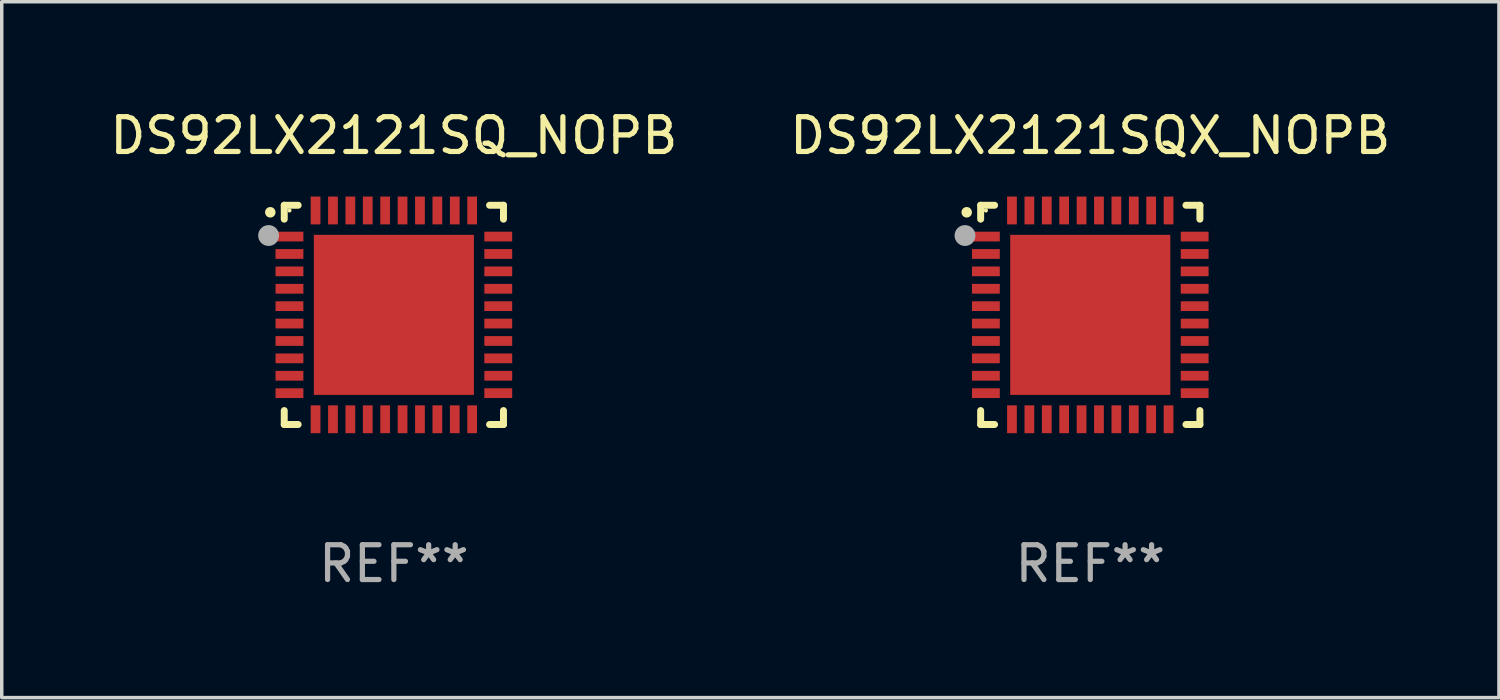
<source format=kicad_pcb>
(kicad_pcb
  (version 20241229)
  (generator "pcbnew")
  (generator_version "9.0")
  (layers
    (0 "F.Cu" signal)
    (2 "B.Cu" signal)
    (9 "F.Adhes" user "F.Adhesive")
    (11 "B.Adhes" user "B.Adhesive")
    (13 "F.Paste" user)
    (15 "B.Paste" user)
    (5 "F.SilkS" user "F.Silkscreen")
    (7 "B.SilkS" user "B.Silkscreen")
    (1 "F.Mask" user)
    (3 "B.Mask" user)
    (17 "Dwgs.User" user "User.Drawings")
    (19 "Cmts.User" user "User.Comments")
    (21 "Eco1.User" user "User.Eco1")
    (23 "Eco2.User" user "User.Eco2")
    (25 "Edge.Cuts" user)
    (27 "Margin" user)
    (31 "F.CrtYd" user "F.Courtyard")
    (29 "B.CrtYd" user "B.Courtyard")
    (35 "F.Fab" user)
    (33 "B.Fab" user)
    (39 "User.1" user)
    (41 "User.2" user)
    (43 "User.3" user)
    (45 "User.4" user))
  (footprint "DS92LX2121SQX_NOPB"
    (layer "F.Cu")
    (at 28.28 5.998)
    (property "Reference" "DS92LX2121SQX_NOPB" (at 0 -5.15 0) (layer "F.SilkS") (effects (font (size 1 1) (thickness 0.15))))
    (attr through_hole)
    (fp_line (start -3.15 -3.15) (end -2.75 -3.15) (stroke (width 0.2) (type solid)) (layer "F.SilkS"))
    (fp_line (start -3.15 -2.75) (end -3.15 -3.15) (stroke (width 0.2) (type solid)) (layer "F.SilkS"))
    (fp_line (start -3.15 3.15) (end -3.15 2.75) (stroke (width 0.2) (type solid)) (layer "F.SilkS"))
    (fp_line (start -2.75 3.15) (end -3.15 3.15) (stroke (width 0.2) (type solid)) (layer "F.SilkS"))
    (fp_line (start 2.75 -3.15) (end 3.15 -3.15) (stroke (width 0.2) (type solid)) (layer "F.SilkS"))
    (fp_line (start 2.75 3.15) (end 3.15 3.15) (stroke (width 0.2) (type solid)) (layer "F.SilkS"))
    (fp_line (start 3.15 -3.15) (end 3.15 -2.75) (stroke (width 0.2) (type solid)) (layer "F.SilkS"))
    (fp_line (start 3.15 3.15) (end 3.15 2.75) (stroke (width 0.2) (type solid)) (layer "F.SilkS"))
    (fp_arc (start -3.550927 -2.946406) (mid -3.550932 -2.947676) (end -3.550927 -2.948946) (stroke (width 0.3) (type solid)) (layer "F.SilkS"))
    (fp_circle (center -3 -3) (end -2.97 -3) (stroke (width 0.06) (type solid)) (fill no) (layer "F.SilkS"))
    (fp_circle (center -3.6 -2.28) (end -3.45 -2.28) (stroke (width 0.3) (type solid)) (fill no) (layer "F.Fab"))
    (fp_text user "REF**" (at 0 7.15 0) (layer "F.Fab") (effects (font (size 1 1) (thickness 0.15))))
    (pad "1" smd rect (at -3 -2.25 90) (size 0.28 0.8) (layers "F.Cu" "F.Mask" "F.Paste"))
    (pad "2" smd rect (at -3 -1.75 90) (size 0.28 0.8) (layers "F.Cu" "F.Mask" "F.Paste"))
    (pad "3" smd rect (at -3 -1.25 90) (size 0.28 0.8) (layers "F.Cu" "F.Mask" "F.Paste"))
    (pad "4" smd rect (at -3 -0.75 90) (size 0.28 0.8) (layers "F.Cu" "F.Mask" "F.Paste"))
    (pad "5" smd rect (at -3 -0.25 90) (size 0.28 0.8) (layers "F.Cu" "F.Mask" "F.Paste"))
    (pad "6" smd rect (at -3 0.25 90) (size 0.28 0.8) (layers "F.Cu" "F.Mask" "F.Paste"))
    (pad "7" smd rect (at -3 0.75 90) (size 0.28 0.8) (layers "F.Cu" "F.Mask" "F.Paste"))
    (pad "8" smd rect (at -3 1.25 90) (size 0.28 0.8) (layers "F.Cu" "F.Mask" "F.Paste"))
    (pad "9" smd rect (at -3 1.75 90) (size 0.28 0.8) (layers "F.Cu" "F.Mask" "F.Paste"))
    (pad "10" smd rect (at -3 2.25 90) (size 0.28 0.8) (layers "F.Cu" "F.Mask" "F.Paste"))
    (pad "11" smd rect (at -2.25 3) (size 0.28 0.8) (layers "F.Cu" "F.Mask" "F.Paste"))
    (pad "12" smd rect (at -1.75 3) (size 0.28 0.8) (layers "F.Cu" "F.Mask" "F.Paste"))
    (pad "13" smd rect (at -1.25 3) (size 0.28 0.8) (layers "F.Cu" "F.Mask" "F.Paste"))
    (pad "14" smd rect (at -0.75 3) (size 0.28 0.8) (layers "F.Cu" "F.Mask" "F.Paste"))
    (pad "15" smd rect (at -0.25 3) (size 0.28 0.8) (layers "F.Cu" "F.Mask" "F.Paste"))
    (pad "16" smd rect (at 0.25 3) (size 0.28 0.8) (layers "F.Cu" "F.Mask" "F.Paste"))
    (pad "17" smd rect (at 0.75 3) (size 0.28 0.8) (layers "F.Cu" "F.Mask" "F.Paste"))
    (pad "18" smd rect (at 1.25 3) (size 0.28 0.8) (layers "F.Cu" "F.Mask" "F.Paste"))
    (pad "19" smd rect (at 1.75 3) (size 0.28 0.8) (layers "F.Cu" "F.Mask" "F.Paste"))
    (pad "20" smd rect (at 2.25 3) (size 0.28 0.8) (layers "F.Cu" "F.Mask" "F.Paste"))
    (pad "21" smd rect (at 3 2.25 90) (size 0.28 0.8) (layers "F.Cu" "F.Mask" "F.Paste"))
    (pad "22" smd rect (at 3 1.75 90) (size 0.28 0.8) (layers "F.Cu" "F.Mask" "F.Paste"))
    (pad "23" smd rect (at 3 1.25 90) (size 0.28 0.8) (layers "F.Cu" "F.Mask" "F.Paste"))
    (pad "24" smd rect (at 3 0.75 90) (size 0.28 0.8) (layers "F.Cu" "F.Mask" "F.Paste"))
    (pad "25" smd rect (at 3 0.25 90) (size 0.28 0.8) (layers "F.Cu" "F.Mask" "F.Paste"))
    (pad "26" smd rect (at 3 -0.25 90) (size 0.28 0.8) (layers "F.Cu" "F.Mask" "F.Paste"))
    (pad "27" smd rect (at 3 -0.75 90) (size 0.28 0.8) (layers "F.Cu" "F.Mask" "F.Paste"))
    (pad "28" smd rect (at 3 -1.25 90) (size 0.28 0.8) (layers "F.Cu" "F.Mask" "F.Paste"))
    (pad "29" smd rect (at 3 -1.75 90) (size 0.28 0.8) (layers "F.Cu" "F.Mask" "F.Paste"))
    (pad "30" smd rect (at 3 -2.25 90) (size 0.28 0.8) (layers "F.Cu" "F.Mask" "F.Paste"))
    (pad "31" smd rect (at 2.25 -3) (size 0.28 0.8) (layers "F.Cu" "F.Mask" "F.Paste"))
    (pad "32" smd rect (at 1.75 -3) (size 0.28 0.8) (layers "F.Cu" "F.Mask" "F.Paste"))
    (pad "33" smd rect (at 1.25 -3) (size 0.28 0.8) (layers "F.Cu" "F.Mask" "F.Paste"))
    (pad "34" smd rect (at 0.75 -3) (size 0.28 0.8) (layers "F.Cu" "F.Mask" "F.Paste"))
    (pad "35" smd rect (at 0.25 -3) (size 0.28 0.8) (layers "F.Cu" "F.Mask" "F.Paste"))
    (pad "36" smd rect (at -0.25 -3) (size 0.28 0.8) (layers "F.Cu" "F.Mask" "F.Paste"))
    (pad "37" smd rect (at -0.75 -3) (size 0.28 0.8) (layers "F.Cu" "F.Mask" "F.Paste"))
    (pad "38" smd rect (at -1.25 -3) (size 0.28 0.8) (layers "F.Cu" "F.Mask" "F.Paste"))
    (pad "39" smd rect (at -1.75 -3) (size 0.28 0.8) (layers "F.Cu" "F.Mask" "F.Paste"))
    (pad "40" smd rect (at -2.25 -3) (size 0.28 0.8) (layers "F.Cu" "F.Mask" "F.Paste"))
    (pad "41" smd rect (at -0.000102 0) (size 4.6 4.6) (layers "F.Cu" "F.Mask" "F.Paste")))
  (footprint "DS92LX2121SQ_NOPB"
    (layer "F.Cu")
    (at 8.268 5.998)
    (property "Reference" "DS92LX2121SQ_NOPB" (at 0 -5.15 0) (layer "F.SilkS") (effects (font (size 1 1) (thickness 0.15))))
    (attr through_hole)
    (fp_line (start -3.15 -3.15) (end -2.75 -3.15) (stroke (width 0.2) (type solid)) (layer "F.SilkS"))
    (fp_line (start -3.15 -2.75) (end -3.15 -3.15) (stroke (width 0.2) (type solid)) (layer "F.SilkS"))
    (fp_line (start -3.15 3.15) (end -3.15 2.75) (stroke (width 0.2) (type solid)) (layer "F.SilkS"))
    (fp_line (start -2.75 3.15) (end -3.15 3.15) (stroke (width 0.2) (type solid)) (layer "F.SilkS"))
    (fp_line (start 2.75 -3.15) (end 3.15 -3.15) (stroke (width 0.2) (type solid)) (layer "F.SilkS"))
    (fp_line (start 2.75 3.15) (end 3.15 3.15) (stroke (width 0.2) (type solid)) (layer "F.SilkS"))
    (fp_line (start 3.15 -3.15) (end 3.15 -2.75) (stroke (width 0.2) (type solid)) (layer "F.SilkS"))
    (fp_line (start 3.15 3.15) (end 3.15 2.75) (stroke (width 0.2) (type solid)) (layer "F.SilkS"))
    (fp_arc (start -3.550927 -2.946406) (mid -3.550932 -2.947676) (end -3.550927 -2.948946) (stroke (width 0.3) (type solid)) (layer "F.SilkS"))
    (fp_circle (center -3 -3) (end -2.97 -3) (stroke (width 0.06) (type solid)) (fill no) (layer "F.SilkS"))
    (fp_circle (center -3.6 -2.28) (end -3.45 -2.28) (stroke (width 0.3) (type solid)) (fill no) (layer "F.Fab"))
    (fp_text user "REF**" (at 0 7.15 0) (layer "F.Fab") (effects (font (size 1 1) (thickness 0.15))))
    (pad "1" smd rect (at -3 -2.25 90) (size 0.28 0.8) (layers "F.Cu" "F.Mask" "F.Paste"))
    (pad "2" smd rect (at -3 -1.75 90) (size 0.28 0.8) (layers "F.Cu" "F.Mask" "F.Paste"))
    (pad "3" smd rect (at -3 -1.25 90) (size 0.28 0.8) (layers "F.Cu" "F.Mask" "F.Paste"))
    (pad "4" smd rect (at -3 -0.75 90) (size 0.28 0.8) (layers "F.Cu" "F.Mask" "F.Paste"))
    (pad "5" smd rect (at -3 -0.25 90) (size 0.28 0.8) (layers "F.Cu" "F.Mask" "F.Paste"))
    (pad "6" smd rect (at -3 0.25 90) (size 0.28 0.8) (layers "F.Cu" "F.Mask" "F.Paste"))
    (pad "7" smd rect (at -3 0.75 90) (size 0.28 0.8) (layers "F.Cu" "F.Mask" "F.Paste"))
    (pad "8" smd rect (at -3 1.25 90) (size 0.28 0.8) (layers "F.Cu" "F.Mask" "F.Paste"))
    (pad "9" smd rect (at -3 1.75 90) (size 0.28 0.8) (layers "F.Cu" "F.Mask" "F.Paste"))
    (pad "10" smd rect (at -3 2.25 90) (size 0.28 0.8) (layers "F.Cu" "F.Mask" "F.Paste"))
    (pad "11" smd rect (at -2.25 3) (size 0.28 0.8) (layers "F.Cu" "F.Mask" "F.Paste"))
    (pad "12" smd rect (at -1.75 3) (size 0.28 0.8) (layers "F.Cu" "F.Mask" "F.Paste"))
    (pad "13" smd rect (at -1.25 3) (size 0.28 0.8) (layers "F.Cu" "F.Mask" "F.Paste"))
    (pad "14" smd rect (at -0.75 3) (size 0.28 0.8) (layers "F.Cu" "F.Mask" "F.Paste"))
    (pad "15" smd rect (at -0.25 3) (size 0.28 0.8) (layers "F.Cu" "F.Mask" "F.Paste"))
    (pad "16" smd rect (at 0.25 3) (size 0.28 0.8) (layers "F.Cu" "F.Mask" "F.Paste"))
    (pad "17" smd rect (at 0.75 3) (size 0.28 0.8) (layers "F.Cu" "F.Mask" "F.Paste"))
    (pad "18" smd rect (at 1.25 3) (size 0.28 0.8) (layers "F.Cu" "F.Mask" "F.Paste"))
    (pad "19" smd rect (at 1.75 3) (size 0.28 0.8) (layers "F.Cu" "F.Mask" "F.Paste"))
    (pad "20" smd rect (at 2.25 3) (size 0.28 0.8) (layers "F.Cu" "F.Mask" "F.Paste"))
    (pad "21" smd rect (at 3 2.25 90) (size 0.28 0.8) (layers "F.Cu" "F.Mask" "F.Paste"))
    (pad "22" smd rect (at 3 1.75 90) (size 0.28 0.8) (layers "F.Cu" "F.Mask" "F.Paste"))
    (pad "23" smd rect (at 3 1.25 90) (size 0.28 0.8) (layers "F.Cu" "F.Mask" "F.Paste"))
    (pad "24" smd rect (at 3 0.75 90) (size 0.28 0.8) (layers "F.Cu" "F.Mask" "F.Paste"))
    (pad "25" smd rect (at 3 0.25 90) (size 0.28 0.8) (layers "F.Cu" "F.Mask" "F.Paste"))
    (pad "26" smd rect (at 3 -0.25 90) (size 0.28 0.8) (layers "F.Cu" "F.Mask" "F.Paste"))
    (pad "27" smd rect (at 3 -0.75 90) (size 0.28 0.8) (layers "F.Cu" "F.Mask" "F.Paste"))
    (pad "28" smd rect (at 3 -1.25 90) (size 0.28 0.8) (layers "F.Cu" "F.Mask" "F.Paste"))
    (pad "29" smd rect (at 3 -1.75 90) (size 0.28 0.8) (layers "F.Cu" "F.Mask" "F.Paste"))
    (pad "30" smd rect (at 3 -2.25 90) (size 0.28 0.8) (layers "F.Cu" "F.Mask" "F.Paste"))
    (pad "31" smd rect (at 2.25 -3) (size 0.28 0.8) (layers "F.Cu" "F.Mask" "F.Paste"))
    (pad "32" smd rect (at 1.75 -3) (size 0.28 0.8) (layers "F.Cu" "F.Mask" "F.Paste"))
    (pad "33" smd rect (at 1.25 -3) (size 0.28 0.8) (layers "F.Cu" "F.Mask" "F.Paste"))
    (pad "34" smd rect (at 0.75 -3) (size 0.28 0.8) (layers "F.Cu" "F.Mask" "F.Paste"))
    (pad "35" smd rect (at 0.25 -3) (size 0.28 0.8) (layers "F.Cu" "F.Mask" "F.Paste"))
    (pad "36" smd rect (at -0.25 -3) (size 0.28 0.8) (layers "F.Cu" "F.Mask" "F.Paste"))
    (pad "37" smd rect (at -0.75 -3) (size 0.28 0.8) (layers "F.Cu" "F.Mask" "F.Paste"))
    (pad "38" smd rect (at -1.25 -3) (size 0.28 0.8) (layers "F.Cu" "F.Mask" "F.Paste"))
    (pad "39" smd rect (at -1.75 -3) (size 0.28 0.8) (layers "F.Cu" "F.Mask" "F.Paste"))
    (pad "40" smd rect (at -2.25 -3) (size 0.28 0.8) (layers "F.Cu" "F.Mask" "F.Paste"))
    (pad "41" smd rect (at -0.000102 0) (size 4.6 4.6) (layers "F.Cu" "F.Mask" "F.Paste")))
  (gr_rect
    (start -3 -3)
    (end 40.024 16.997)
    (stroke (width 0.1) (type default))
    (fill no)
    (layer "Edge.Cuts")))
</source>
